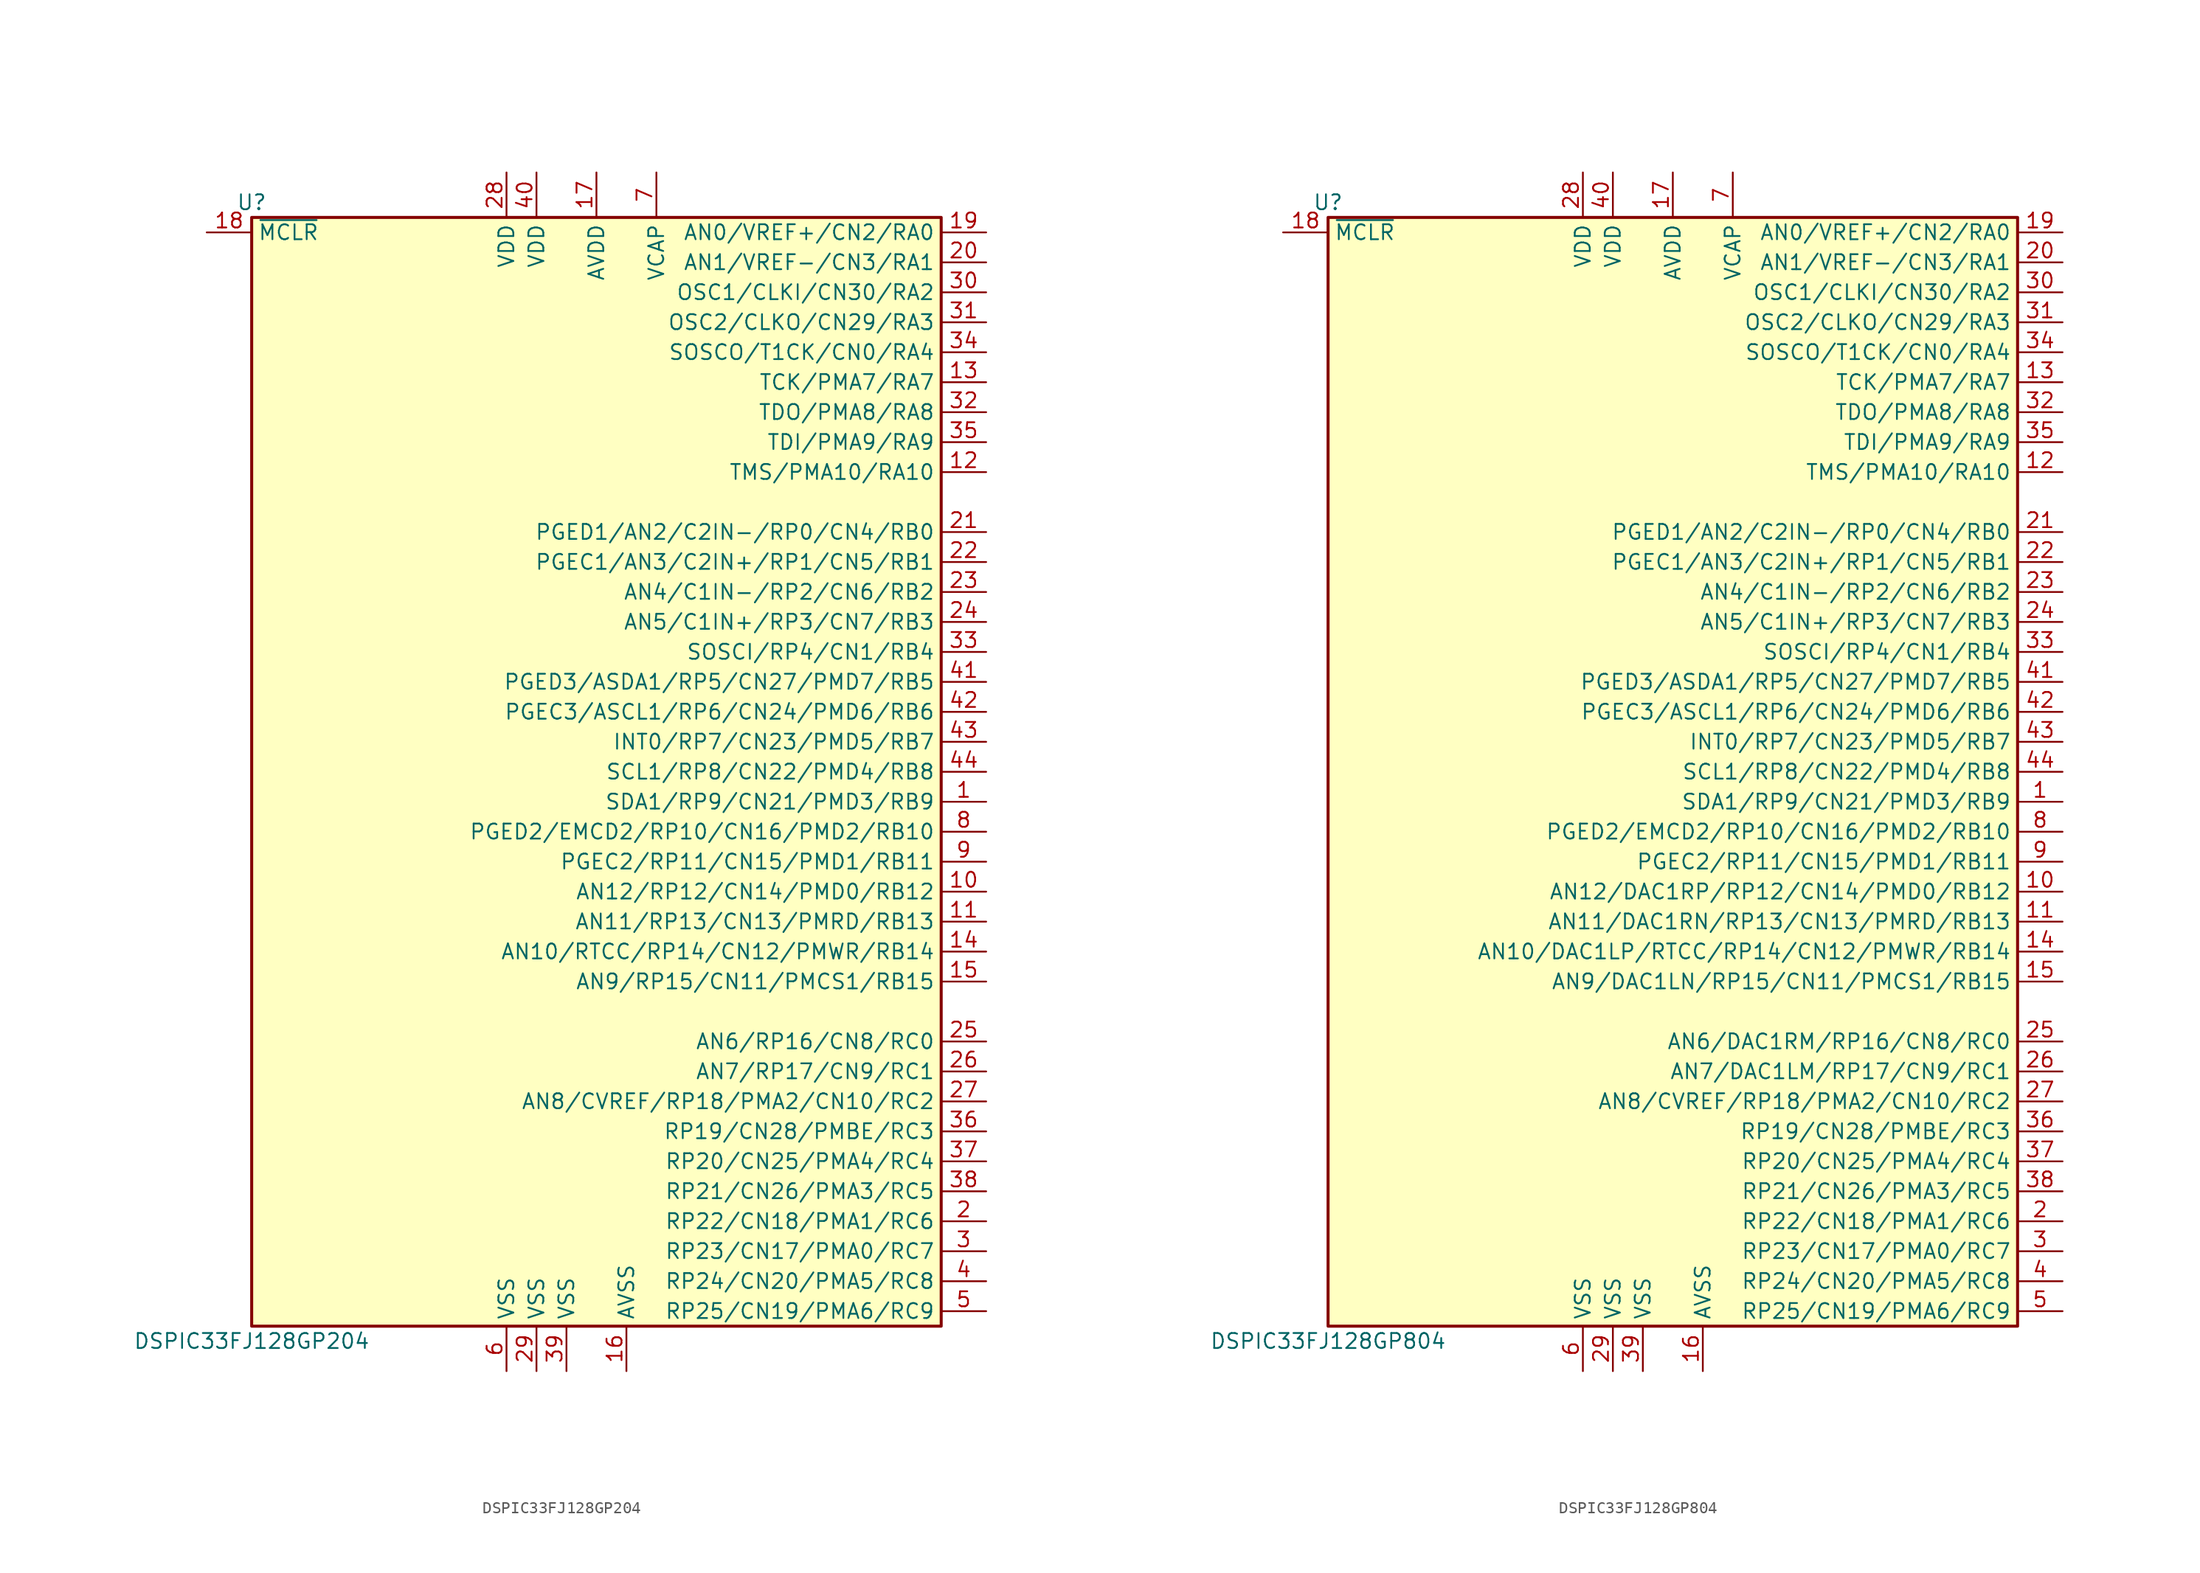
<source format=kicad_sym>
(kicad_symbol_lib
  (version 20201005)
  (generator kicad_symbol_editor)
  (symbol "DSP_Microchip_DSPIC33:DSPIC33FJ128GP204"
    (property "Reference" "U"
      (at -29.21 48.26 0)
      (effects (font (size 1.27 1.27))))
    (property "Value" "DSPIC33FJ128GP204"
      (at -29.21 -48.26 0)
      (effects (font (size 1.27 1.27))))
    (symbol "DSPIC33FJ128GP204_1_1"
      (rectangle (start -29.21 46.99) (end 29.21 -46.99) (stroke (width 0.254)) (fill (type background)))
      (pin bidirectional line (at 33.02 -2.54 180) (length 3.81) (name "SDA1/RP9/CN21/PMD3/RB9" (effects (font (size 1.27 1.27)))) (number "1" (effects (font (size 1.27 1.27)))))
      (pin bidirectional line (at 33.02 -10.16 180) (length 3.81) (name "AN12/RP12/CN14/PMD0/RB12" (effects (font (size 1.27 1.27)))) (number "10" (effects (font (size 1.27 1.27)))))
      (pin bidirectional line (at 33.02 -12.7 180) (length 3.81) (name "AN11/RP13/CN13/PMRD/RB13" (effects (font (size 1.27 1.27)))) (number "11" (effects (font (size 1.27 1.27)))))
      (pin bidirectional line (at 33.02 25.4 180) (length 3.81) (name "TMS/PMA10/RA10" (effects (font (size 1.27 1.27)))) (number "12" (effects (font (size 1.27 1.27)))))
      (pin bidirectional line (at 33.02 33.02 180) (length 3.81) (name "TCK/PMA7/RA7" (effects (font (size 1.27 1.27)))) (number "13" (effects (font (size 1.27 1.27)))))
      (pin bidirectional line (at 33.02 -15.24 180) (length 3.81) (name "AN10/RTCC/RP14/CN12/PMWR/RB14" (effects (font (size 1.27 1.27)))) (number "14" (effects (font (size 1.27 1.27)))))
      (pin bidirectional line (at 33.02 -17.78 180) (length 3.81) (name "AN9/RP15/CN11/PMCS1/RB15" (effects (font (size 1.27 1.27)))) (number "15" (effects (font (size 1.27 1.27)))))
      (pin power_in line (at 2.54 -50.8 90) (length 3.81) (name "AVSS" (effects (font (size 1.27 1.27)))) (number "16" (effects (font (size 1.27 1.27)))))
      (pin power_in line (at 0 50.8 270) (length 3.81) (name "AVDD" (effects (font (size 1.27 1.27)))) (number "17" (effects (font (size 1.27 1.27)))))
      (pin input line (at -33.02 45.72 0) (length 3.81) (name "~MCLR" (effects (font (size 1.27 1.27)))) (number "18" (effects (font (size 1.27 1.27)))))
      (pin bidirectional line (at 33.02 45.72 180) (length 3.81) (name "AN0/VREF+/CN2/RA0" (effects (font (size 1.27 1.27)))) (number "19" (effects (font (size 1.27 1.27)))))
      (pin bidirectional line (at 33.02 -38.1 180) (length 3.81) (name "RP22/CN18/PMA1/RC6" (effects (font (size 1.27 1.27)))) (number "2" (effects (font (size 1.27 1.27)))))
      (pin bidirectional line (at 33.02 43.18 180) (length 3.81) (name "AN1/VREF-/CN3/RA1" (effects (font (size 1.27 1.27)))) (number "20" (effects (font (size 1.27 1.27)))))
      (pin bidirectional line (at 33.02 20.32 180) (length 3.81) (name "PGED1/AN2/C2IN-/RP0/CN4/RB0" (effects (font (size 1.27 1.27)))) (number "21" (effects (font (size 1.27 1.27)))))
      (pin bidirectional line (at 33.02 17.78 180) (length 3.81) (name "PGEC1/AN3/C2IN+/RP1/CN5/RB1" (effects (font (size 1.27 1.27)))) (number "22" (effects (font (size 1.27 1.27)))))
      (pin bidirectional line (at 33.02 15.24 180) (length 3.81) (name "AN4/C1IN-/RP2/CN6/RB2" (effects (font (size 1.27 1.27)))) (number "23" (effects (font (size 1.27 1.27)))))
      (pin bidirectional line (at 33.02 12.7 180) (length 3.81) (name "AN5/C1IN+/RP3/CN7/RB3" (effects (font (size 1.27 1.27)))) (number "24" (effects (font (size 1.27 1.27)))))
      (pin bidirectional line (at 33.02 -22.86 180) (length 3.81) (name "AN6/RP16/CN8/RC0" (effects (font (size 1.27 1.27)))) (number "25" (effects (font (size 1.27 1.27)))))
      (pin bidirectional line (at 33.02 -25.4 180) (length 3.81) (name "AN7/RP17/CN9/RC1" (effects (font (size 1.27 1.27)))) (number "26" (effects (font (size 1.27 1.27)))))
      (pin bidirectional line (at 33.02 -27.94 180) (length 3.81) (name "AN8/CVREF/RP18/PMA2/CN10/RC2" (effects (font (size 1.27 1.27)))) (number "27" (effects (font (size 1.27 1.27)))))
      (pin power_in line (at -7.62 50.8 270) (length 3.81) (name "VDD" (effects (font (size 1.27 1.27)))) (number "28" (effects (font (size 1.27 1.27)))))
      (pin power_in line (at -5.08 -50.8 90) (length 3.81) (name "VSS" (effects (font (size 1.27 1.27)))) (number "29" (effects (font (size 1.27 1.27)))))
      (pin bidirectional line (at 33.02 -40.64 180) (length 3.81) (name "RP23/CN17/PMA0/RC7" (effects (font (size 1.27 1.27)))) (number "3" (effects (font (size 1.27 1.27)))))
      (pin input line (at 33.02 40.64 180) (length 3.81) (name "OSC1/CLKI/CN30/RA2" (effects (font (size 1.27 1.27)))) (number "30" (effects (font (size 1.27 1.27)))))
      (pin input line (at 33.02 38.1 180) (length 3.81) (name "OSC2/CLKO/CN29/RA3" (effects (font (size 1.27 1.27)))) (number "31" (effects (font (size 1.27 1.27)))))
      (pin input line (at 33.02 30.48 180) (length 3.81) (name "TDO/PMA8/RA8" (effects (font (size 1.27 1.27)))) (number "32" (effects (font (size 1.27 1.27)))))
      (pin input line (at 33.02 10.16 180) (length 3.81) (name "SOSCI/RP4/CN1/RB4" (effects (font (size 1.27 1.27)))) (number "33" (effects (font (size 1.27 1.27)))))
      (pin input line (at 33.02 35.56 180) (length 3.81) (name "SOSCO/T1CK/CN0/RA4" (effects (font (size 1.27 1.27)))) (number "34" (effects (font (size 1.27 1.27)))))
      (pin input line (at 33.02 27.94 180) (length 3.81) (name "TDI/PMA9/RA9" (effects (font (size 1.27 1.27)))) (number "35" (effects (font (size 1.27 1.27)))))
      (pin input line (at 33.02 -30.48 180) (length 3.81) (name "RP19/CN28/PMBE/RC3" (effects (font (size 1.27 1.27)))) (number "36" (effects (font (size 1.27 1.27)))))
      (pin input line (at 33.02 -33.02 180) (length 3.81) (name "RP20/CN25/PMA4/RC4" (effects (font (size 1.27 1.27)))) (number "37" (effects (font (size 1.27 1.27)))))
      (pin input line (at 33.02 -35.56 180) (length 3.81) (name "RP21/CN26/PMA3/RC5" (effects (font (size 1.27 1.27)))) (number "38" (effects (font (size 1.27 1.27)))))
      (pin power_in line (at -2.54 -50.8 90) (length 3.81) (name "VSS" (effects (font (size 1.27 1.27)))) (number "39" (effects (font (size 1.27 1.27)))))
      (pin bidirectional line (at 33.02 -43.18 180) (length 3.81) (name "RP24/CN20/PMA5/RC8" (effects (font (size 1.27 1.27)))) (number "4" (effects (font (size 1.27 1.27)))))
      (pin power_in line (at -5.08 50.8 270) (length 3.81) (name "VDD" (effects (font (size 1.27 1.27)))) (number "40" (effects (font (size 1.27 1.27)))))
      (pin input line (at 33.02 7.62 180) (length 3.81) (name "PGED3/ASDA1/RP5/CN27/PMD7/RB5" (effects (font (size 1.27 1.27)))) (number "41" (effects (font (size 1.27 1.27)))))
      (pin input line (at 33.02 5.08 180) (length 3.81) (name "PGEC3/ASCL1/RP6/CN24/PMD6/RB6" (effects (font (size 1.27 1.27)))) (number "42" (effects (font (size 1.27 1.27)))))
      (pin input line (at 33.02 2.54 180) (length 3.81) (name "INT0/RP7/CN23/PMD5/RB7" (effects (font (size 1.27 1.27)))) (number "43" (effects (font (size 1.27 1.27)))))
      (pin input line (at 33.02 0 180) (length 3.81) (name "SCL1/RP8/CN22/PMD4/RB8" (effects (font (size 1.27 1.27)))) (number "44" (effects (font (size 1.27 1.27)))))
      (pin bidirectional line (at 33.02 -45.72 180) (length 3.81) (name "RP25/CN19/PMA6/RC9" (effects (font (size 1.27 1.27)))) (number "5" (effects (font (size 1.27 1.27)))))
      (pin power_in line (at -7.62 -50.8 90) (length 3.81) (name "VSS" (effects (font (size 1.27 1.27)))) (number "6" (effects (font (size 1.27 1.27)))))
      (pin power_in line (at 5.08 50.8 270) (length 3.81) (name "VCAP" (effects (font (size 1.27 1.27)))) (number "7" (effects (font (size 1.27 1.27)))))
      (pin bidirectional line (at 33.02 -5.08 180) (length 3.81) (name "PGED2/EMCD2/RP10/CN16/PMD2/RB10" (effects (font (size 1.27 1.27)))) (number "8" (effects (font (size 1.27 1.27)))))
      (pin bidirectional line (at 33.02 -7.62 180) (length 3.81) (name "PGEC2/RP11/CN15/PMD1/RB11" (effects (font (size 1.27 1.27)))) (number "9" (effects (font (size 1.27 1.27)))))))
  (symbol "DSP_Microchip_DSPIC33:DSPIC33FJ128GP804"
    (property "Reference" "U"
      (at -29.21 48.26 0)
      (effects (font (size 1.27 1.27))))
    (property "Value" "DSPIC33FJ128GP804"
      (at -29.21 -48.26 0)
      (effects (font (size 1.27 1.27))))
    (symbol "DSPIC33FJ128GP804_1_1"
      (rectangle (start -29.21 46.99) (end 29.21 -46.99) (stroke (width 0.254)) (fill (type background)))
      (pin bidirectional line (at 33.02 -2.54 180) (length 3.81) (name "SDA1/RP9/CN21/PMD3/RB9" (effects (font (size 1.27 1.27)))) (number "1" (effects (font (size 1.27 1.27)))))
      (pin bidirectional line (at 33.02 -10.16 180) (length 3.81) (name "AN12/DAC1RP/RP12/CN14/PMD0/RB12" (effects (font (size 1.27 1.27)))) (number "10" (effects (font (size 1.27 1.27)))))
      (pin bidirectional line (at 33.02 -12.7 180) (length 3.81) (name "AN11/DAC1RN/RP13/CN13/PMRD/RB13" (effects (font (size 1.27 1.27)))) (number "11" (effects (font (size 1.27 1.27)))))
      (pin bidirectional line (at 33.02 25.4 180) (length 3.81) (name "TMS/PMA10/RA10" (effects (font (size 1.27 1.27)))) (number "12" (effects (font (size 1.27 1.27)))))
      (pin bidirectional line (at 33.02 33.02 180) (length 3.81) (name "TCK/PMA7/RA7" (effects (font (size 1.27 1.27)))) (number "13" (effects (font (size 1.27 1.27)))))
      (pin bidirectional line (at 33.02 -15.24 180) (length 3.81) (name "AN10/DAC1LP/RTCC/RP14/CN12/PMWR/RB14" (effects (font (size 1.27 1.27)))) (number "14" (effects (font (size 1.27 1.27)))))
      (pin bidirectional line (at 33.02 -17.78 180) (length 3.81) (name "AN9/DAC1LN/RP15/CN11/PMCS1/RB15" (effects (font (size 1.27 1.27)))) (number "15" (effects (font (size 1.27 1.27)))))
      (pin power_in line (at 2.54 -50.8 90) (length 3.81) (name "AVSS" (effects (font (size 1.27 1.27)))) (number "16" (effects (font (size 1.27 1.27)))))
      (pin power_in line (at 0 50.8 270) (length 3.81) (name "AVDD" (effects (font (size 1.27 1.27)))) (number "17" (effects (font (size 1.27 1.27)))))
      (pin input line (at -33.02 45.72 0) (length 3.81) (name "~MCLR" (effects (font (size 1.27 1.27)))) (number "18" (effects (font (size 1.27 1.27)))))
      (pin bidirectional line (at 33.02 45.72 180) (length 3.81) (name "AN0/VREF+/CN2/RA0" (effects (font (size 1.27 1.27)))) (number "19" (effects (font (size 1.27 1.27)))))
      (pin bidirectional line (at 33.02 -38.1 180) (length 3.81) (name "RP22/CN18/PMA1/RC6" (effects (font (size 1.27 1.27)))) (number "2" (effects (font (size 1.27 1.27)))))
      (pin bidirectional line (at 33.02 43.18 180) (length 3.81) (name "AN1/VREF-/CN3/RA1" (effects (font (size 1.27 1.27)))) (number "20" (effects (font (size 1.27 1.27)))))
      (pin bidirectional line (at 33.02 20.32 180) (length 3.81) (name "PGED1/AN2/C2IN-/RP0/CN4/RB0" (effects (font (size 1.27 1.27)))) (number "21" (effects (font (size 1.27 1.27)))))
      (pin bidirectional line (at 33.02 17.78 180) (length 3.81) (name "PGEC1/AN3/C2IN+/RP1/CN5/RB1" (effects (font (size 1.27 1.27)))) (number "22" (effects (font (size 1.27 1.27)))))
      (pin bidirectional line (at 33.02 15.24 180) (length 3.81) (name "AN4/C1IN-/RP2/CN6/RB2" (effects (font (size 1.27 1.27)))) (number "23" (effects (font (size 1.27 1.27)))))
      (pin bidirectional line (at 33.02 12.7 180) (length 3.81) (name "AN5/C1IN+/RP3/CN7/RB3" (effects (font (size 1.27 1.27)))) (number "24" (effects (font (size 1.27 1.27)))))
      (pin bidirectional line (at 33.02 -22.86 180) (length 3.81) (name "AN6/DAC1RM/RP16/CN8/RC0" (effects (font (size 1.27 1.27)))) (number "25" (effects (font (size 1.27 1.27)))))
      (pin bidirectional line (at 33.02 -25.4 180) (length 3.81) (name "AN7/DAC1LM/RP17/CN9/RC1" (effects (font (size 1.27 1.27)))) (number "26" (effects (font (size 1.27 1.27)))))
      (pin bidirectional line (at 33.02 -27.94 180) (length 3.81) (name "AN8/CVREF/RP18/PMA2/CN10/RC2" (effects (font (size 1.27 1.27)))) (number "27" (effects (font (size 1.27 1.27)))))
      (pin power_in line (at -7.62 50.8 270) (length 3.81) (name "VDD" (effects (font (size 1.27 1.27)))) (number "28" (effects (font (size 1.27 1.27)))))
      (pin power_in line (at -5.08 -50.8 90) (length 3.81) (name "VSS" (effects (font (size 1.27 1.27)))) (number "29" (effects (font (size 1.27 1.27)))))
      (pin bidirectional line (at 33.02 -40.64 180) (length 3.81) (name "RP23/CN17/PMA0/RC7" (effects (font (size 1.27 1.27)))) (number "3" (effects (font (size 1.27 1.27)))))
      (pin input line (at 33.02 40.64 180) (length 3.81) (name "OSC1/CLKI/CN30/RA2" (effects (font (size 1.27 1.27)))) (number "30" (effects (font (size 1.27 1.27)))))
      (pin input line (at 33.02 38.1 180) (length 3.81) (name "OSC2/CLKO/CN29/RA3" (effects (font (size 1.27 1.27)))) (number "31" (effects (font (size 1.27 1.27)))))
      (pin input line (at 33.02 30.48 180) (length 3.81) (name "TDO/PMA8/RA8" (effects (font (size 1.27 1.27)))) (number "32" (effects (font (size 1.27 1.27)))))
      (pin input line (at 33.02 10.16 180) (length 3.81) (name "SOSCI/RP4/CN1/RB4" (effects (font (size 1.27 1.27)))) (number "33" (effects (font (size 1.27 1.27)))))
      (pin input line (at 33.02 35.56 180) (length 3.81) (name "SOSCO/T1CK/CN0/RA4" (effects (font (size 1.27 1.27)))) (number "34" (effects (font (size 1.27 1.27)))))
      (pin input line (at 33.02 27.94 180) (length 3.81) (name "TDI/PMA9/RA9" (effects (font (size 1.27 1.27)))) (number "35" (effects (font (size 1.27 1.27)))))
      (pin input line (at 33.02 -30.48 180) (length 3.81) (name "RP19/CN28/PMBE/RC3" (effects (font (size 1.27 1.27)))) (number "36" (effects (font (size 1.27 1.27)))))
      (pin input line (at 33.02 -33.02 180) (length 3.81) (name "RP20/CN25/PMA4/RC4" (effects (font (size 1.27 1.27)))) (number "37" (effects (font (size 1.27 1.27)))))
      (pin input line (at 33.02 -35.56 180) (length 3.81) (name "RP21/CN26/PMA3/RC5" (effects (font (size 1.27 1.27)))) (number "38" (effects (font (size 1.27 1.27)))))
      (pin power_in line (at -2.54 -50.8 90) (length 3.81) (name "VSS" (effects (font (size 1.27 1.27)))) (number "39" (effects (font (size 1.27 1.27)))))
      (pin bidirectional line (at 33.02 -43.18 180) (length 3.81) (name "RP24/CN20/PMA5/RC8" (effects (font (size 1.27 1.27)))) (number "4" (effects (font (size 1.27 1.27)))))
      (pin power_in line (at -5.08 50.8 270) (length 3.81) (name "VDD" (effects (font (size 1.27 1.27)))) (number "40" (effects (font (size 1.27 1.27)))))
      (pin input line (at 33.02 7.62 180) (length 3.81) (name "PGED3/ASDA1/RP5/CN27/PMD7/RB5" (effects (font (size 1.27 1.27)))) (number "41" (effects (font (size 1.27 1.27)))))
      (pin input line (at 33.02 5.08 180) (length 3.81) (name "PGEC3/ASCL1/RP6/CN24/PMD6/RB6" (effects (font (size 1.27 1.27)))) (number "42" (effects (font (size 1.27 1.27)))))
      (pin input line (at 33.02 2.54 180) (length 3.81) (name "INT0/RP7/CN23/PMD5/RB7" (effects (font (size 1.27 1.27)))) (number "43" (effects (font (size 1.27 1.27)))))
      (pin input line (at 33.02 0 180) (length 3.81) (name "SCL1/RP8/CN22/PMD4/RB8" (effects (font (size 1.27 1.27)))) (number "44" (effects (font (size 1.27 1.27)))))
      (pin bidirectional line (at 33.02 -45.72 180) (length 3.81) (name "RP25/CN19/PMA6/RC9" (effects (font (size 1.27 1.27)))) (number "5" (effects (font (size 1.27 1.27)))))
      (pin power_in line (at -7.62 -50.8 90) (length 3.81) (name "VSS" (effects (font (size 1.27 1.27)))) (number "6" (effects (font (size 1.27 1.27)))))
      (pin power_in line (at 5.08 50.8 270) (length 3.81) (name "VCAP" (effects (font (size 1.27 1.27)))) (number "7" (effects (font (size 1.27 1.27)))))
      (pin bidirectional line (at 33.02 -5.08 180) (length 3.81) (name "PGED2/EMCD2/RP10/CN16/PMD2/RB10" (effects (font (size 1.27 1.27)))) (number "8" (effects (font (size 1.27 1.27)))))
      (pin bidirectional line (at 33.02 -7.62 180) (length 3.81) (name "PGEC2/RP11/CN15/PMD1/RB11" (effects (font (size 1.27 1.27)))) (number "9" (effects (font (size 1.27 1.27))))))))
</source>
